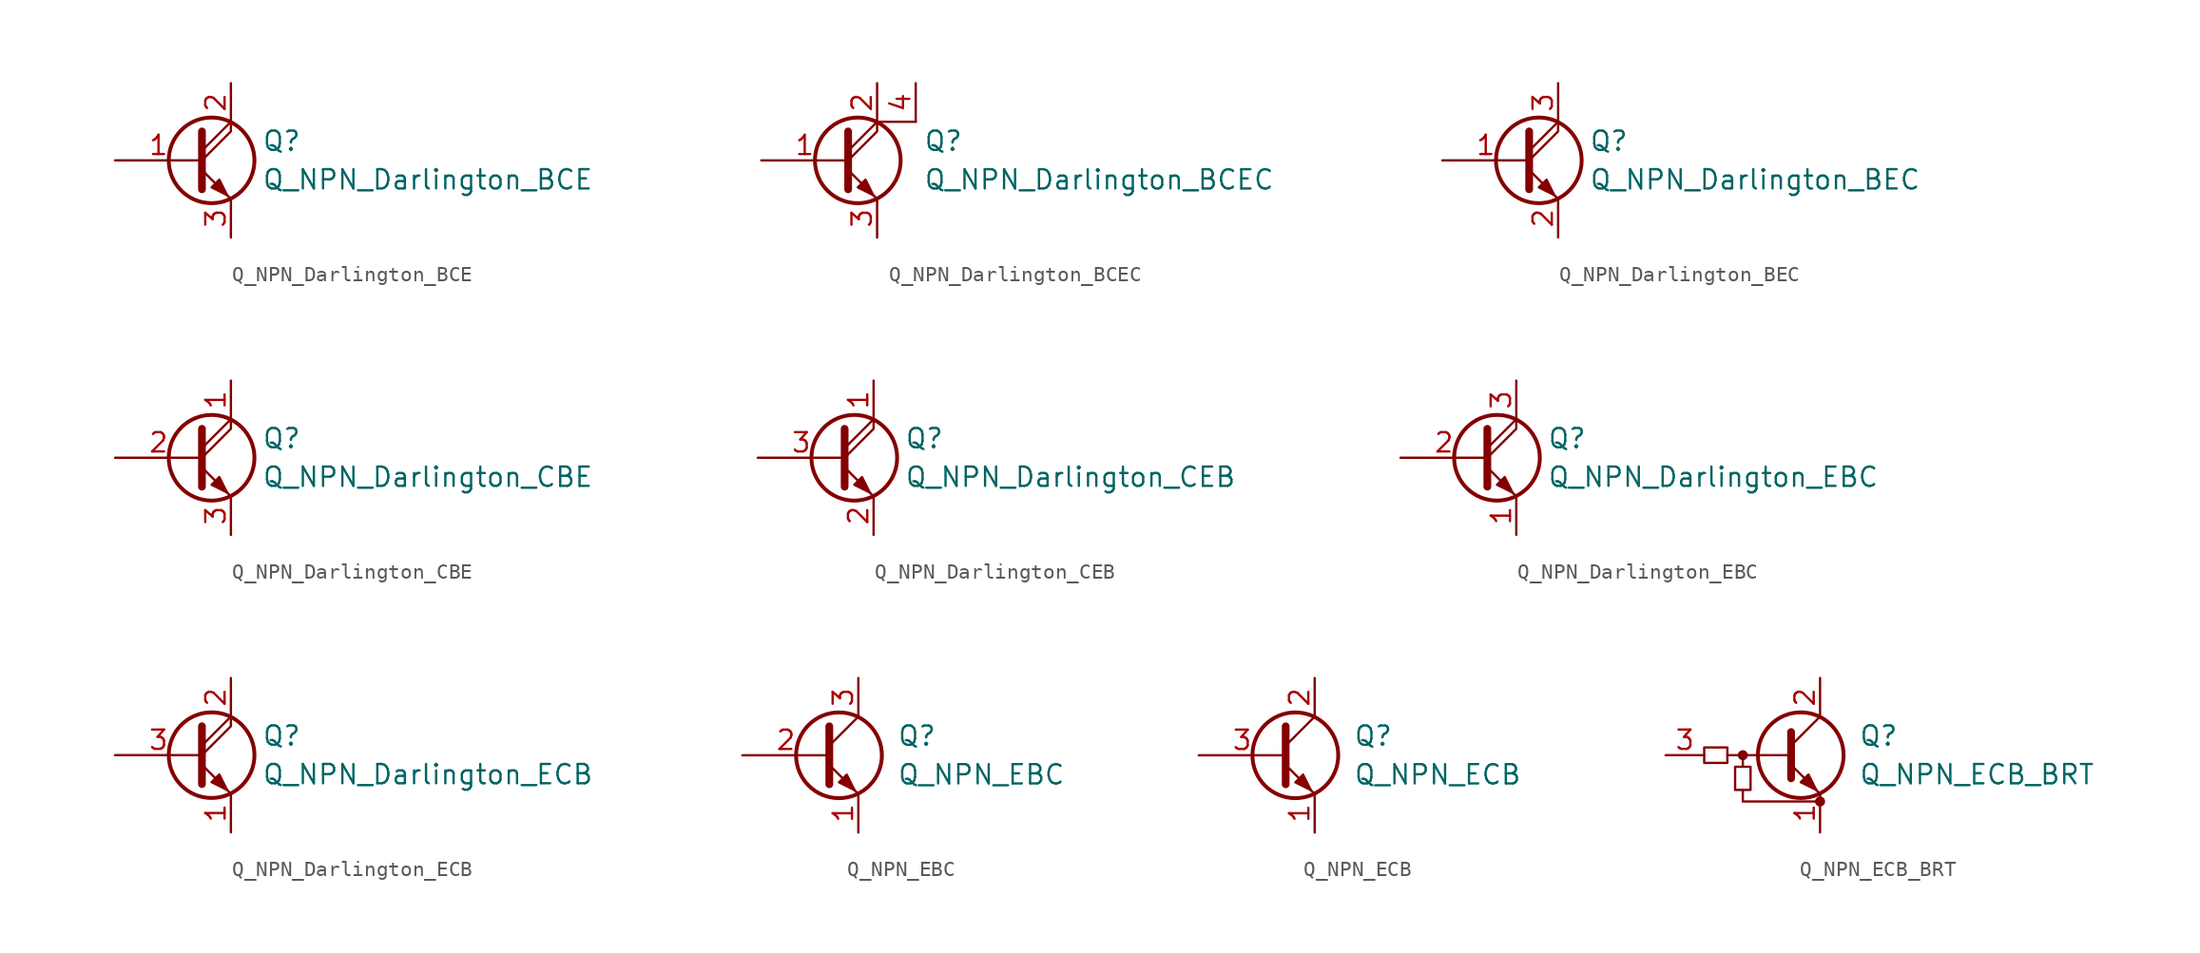
<source format=kicad_sym>
(kicad_symbol_lib
  (version 20241209)
  (generator "kicad_symbol_editor")
  (generator_version "9.0")
  (symbol "Q_NPN_Darlington_BCE"
    (pin_names
      (offset 0)
      (hide yes))
    (property "Reference" "Q"
      (at 4.572 1.27 0)
      (effects (font (size 1.27 1.27)) (justify left)))
    (property "Value" "Q_NPN_Darlington_BCE"
      (at 4.572 -1.27 0)
      (effects (font (size 1.27 1.27)) (justify left)))
    (symbol "Q_NPN_Darlington_BCE_0_1"
      (polyline (pts (xy 0.635 1.905) (xy 0.635 -1.905) (xy 0.635 -1.905)) (stroke (width 0.508) (type solid)) (fill (type none)))
      (polyline (pts (xy 0.635 0.635) (xy 2.54 2.54)) (stroke (width 0) (type solid)) (fill (type none)))
      (polyline (pts (xy 0.635 0) (xy 2.54 1.905) (xy 2.54 2.54)) (stroke (width 0) (type solid)) (fill (type none)))
      (polyline (pts (xy 0.635 -0.635) (xy 2.54 -2.54) (xy 2.54 -2.54)) (stroke (width 0) (type solid)) (fill (type none)))
      (circle (center 1.27 0) (radius 2.819) (stroke (width 0.254) (type solid)) (fill (type none)))
      (polyline (pts (xy 1.27 -1.778) (xy 1.778 -1.27) (xy 2.286 -2.286) (xy 1.27 -1.778) (xy 1.27 -1.778)) (stroke (width 0) (type solid)) (fill (type outline))))
    (symbol "Q_NPN_Darlington_BCE_1_1"
      (pin input line (at -5.08 0 0) (length 5.715) (name "B" (effects (font (size 1.27 1.27)))) (number "1" (effects (font (size 1.27 1.27)))))
      (pin passive line (at 2.54 5.08 270) (length 2.54) (name "C" (effects (font (size 1.27 1.27)))) (number "2" (effects (font (size 1.27 1.27)))))
      (pin passive line (at 2.54 -5.08 90) (length 2.54) (name "E" (effects (font (size 1.27 1.27)))) (number "3" (effects (font (size 1.27 1.27)))))))
  (symbol "Q_NPN_Darlington_BCEC"
    (pin_names
      (offset 0)
      (hide yes))
    (property "Reference" "Q"
      (at 5.588 1.27 0)
      (effects (font (size 1.27 1.27)) (justify left)))
    (property "Value" "Q_NPN_Darlington_BCEC"
      (at 5.588 -1.27 0)
      (effects (font (size 1.27 1.27)) (justify left)))
    (symbol "Q_NPN_Darlington_BCEC_0_1"
      (polyline (pts (xy 0.635 1.905) (xy 0.635 -1.905) (xy 0.635 -1.905)) (stroke (width 0.508) (type solid)) (fill (type none)))
      (polyline (pts (xy 0.635 0.635) (xy 2.54 2.54)) (stroke (width 0) (type solid)) (fill (type none)))
      (polyline (pts (xy 0.635 0) (xy 2.54 1.905) (xy 2.54 2.54)) (stroke (width 0) (type solid)) (fill (type none)))
      (polyline (pts (xy 0.635 -0.635) (xy 2.54 -2.54) (xy 2.54 -2.54)) (stroke (width 0) (type solid)) (fill (type none)))
      (circle (center 1.27 0) (radius 2.819) (stroke (width 0.254) (type solid)) (fill (type none)))
      (polyline (pts (xy 1.27 -1.778) (xy 1.778 -1.27) (xy 2.286 -2.286) (xy 1.27 -1.778) (xy 1.27 -1.778)) (stroke (width 0) (type solid)) (fill (type outline)))
      (polyline (pts (xy 5.08 2.54) (xy 2.54 2.54)) (stroke (width 0) (type solid)) (fill (type none))))
    (symbol "Q_NPN_Darlington_BCEC_1_1"
      (pin input line (at -5.08 0 0) (length 5.715) (name "B" (effects (font (size 1.27 1.27)))) (number "1" (effects (font (size 1.27 1.27)))))
      (pin passive line (at 2.54 5.08 270) (length 2.54) (name "C" (effects (font (size 1.27 1.27)))) (number "2" (effects (font (size 1.27 1.27)))))
      (pin passive line (at 2.54 -5.08 90) (length 2.54) (name "E" (effects (font (size 1.27 1.27)))) (number "3" (effects (font (size 1.27 1.27)))))
      (pin input line (at 5.08 5.08 270) (length 2.54) (name "C2" (effects (font (size 1.27 1.27)))) (number "4" (effects (font (size 1.27 1.27)))))))
  (symbol "Q_NPN_Darlington_BEC"
    (pin_names
      (offset 0)
      (hide yes))
    (property "Reference" "Q"
      (at 4.572 1.27 0)
      (effects (font (size 1.27 1.27)) (justify left)))
    (property "Value" "Q_NPN_Darlington_BEC"
      (at 4.572 -1.27 0)
      (effects (font (size 1.27 1.27)) (justify left)))
    (symbol "Q_NPN_Darlington_BEC_0_1"
      (polyline (pts (xy 0.635 1.905) (xy 0.635 -1.905) (xy 0.635 -1.905)) (stroke (width 0.508) (type solid)) (fill (type none)))
      (polyline (pts (xy 0.635 0.635) (xy 2.54 2.54)) (stroke (width 0) (type solid)) (fill (type none)))
      (polyline (pts (xy 0.635 0) (xy 2.54 1.905) (xy 2.54 2.54)) (stroke (width 0) (type solid)) (fill (type none)))
      (polyline (pts (xy 0.635 -0.635) (xy 2.54 -2.54) (xy 2.54 -2.54)) (stroke (width 0) (type solid)) (fill (type none)))
      (circle (center 1.27 0) (radius 2.819) (stroke (width 0.254) (type solid)) (fill (type none)))
      (polyline (pts (xy 1.27 -1.778) (xy 1.778 -1.27) (xy 2.286 -2.286) (xy 1.27 -1.778) (xy 1.27 -1.778)) (stroke (width 0) (type solid)) (fill (type outline))))
    (symbol "Q_NPN_Darlington_BEC_1_1"
      (pin input line (at -5.08 0 0) (length 5.715) (name "B" (effects (font (size 1.27 1.27)))) (number "1" (effects (font (size 1.27 1.27)))))
      (pin passive line (at 2.54 5.08 270) (length 2.54) (name "C" (effects (font (size 1.27 1.27)))) (number "3" (effects (font (size 1.27 1.27)))))
      (pin passive line (at 2.54 -5.08 90) (length 2.54) (name "E" (effects (font (size 1.27 1.27)))) (number "2" (effects (font (size 1.27 1.27)))))))
  (symbol "Q_NPN_Darlington_CBE"
    (pin_names
      (offset 0)
      (hide yes))
    (property "Reference" "Q"
      (at 4.572 1.27 0)
      (effects (font (size 1.27 1.27)) (justify left)))
    (property "Value" "Q_NPN_Darlington_CBE"
      (at 4.572 -1.27 0)
      (effects (font (size 1.27 1.27)) (justify left)))
    (symbol "Q_NPN_Darlington_CBE_0_1"
      (polyline (pts (xy 0.635 1.905) (xy 0.635 -1.905) (xy 0.635 -1.905)) (stroke (width 0.508) (type solid)) (fill (type none)))
      (polyline (pts (xy 0.635 0.635) (xy 2.54 2.54)) (stroke (width 0) (type solid)) (fill (type none)))
      (polyline (pts (xy 0.635 0) (xy 2.54 1.905) (xy 2.54 2.54)) (stroke (width 0) (type solid)) (fill (type none)))
      (polyline (pts (xy 0.635 -0.635) (xy 2.54 -2.54) (xy 2.54 -2.54)) (stroke (width 0) (type solid)) (fill (type none)))
      (circle (center 1.27 0) (radius 2.819) (stroke (width 0.254) (type solid)) (fill (type none)))
      (polyline (pts (xy 1.27 -1.778) (xy 1.778 -1.27) (xy 2.286 -2.286) (xy 1.27 -1.778) (xy 1.27 -1.778)) (stroke (width 0) (type solid)) (fill (type outline))))
    (symbol "Q_NPN_Darlington_CBE_1_1"
      (pin input line (at -5.08 0 0) (length 5.715) (name "B" (effects (font (size 1.27 1.27)))) (number "2" (effects (font (size 1.27 1.27)))))
      (pin passive line (at 2.54 5.08 270) (length 2.54) (name "C" (effects (font (size 1.27 1.27)))) (number "1" (effects (font (size 1.27 1.27)))))
      (pin passive line (at 2.54 -5.08 90) (length 2.54) (name "E" (effects (font (size 1.27 1.27)))) (number "3" (effects (font (size 1.27 1.27)))))))
  (symbol "Q_NPN_Darlington_CEB"
    (pin_names
      (offset 0)
      (hide yes))
    (property "Reference" "Q"
      (at 4.572 1.27 0)
      (effects (font (size 1.27 1.27)) (justify left)))
    (property "Value" "Q_NPN_Darlington_CEB"
      (at 4.572 -1.27 0)
      (effects (font (size 1.27 1.27)) (justify left)))
    (symbol "Q_NPN_Darlington_CEB_0_1"
      (polyline (pts (xy 0.635 1.905) (xy 0.635 -1.905) (xy 0.635 -1.905)) (stroke (width 0.508) (type solid)) (fill (type none)))
      (polyline (pts (xy 0.635 0.635) (xy 2.54 2.54)) (stroke (width 0) (type solid)) (fill (type none)))
      (polyline (pts (xy 0.635 0) (xy 2.54 1.905) (xy 2.54 2.54)) (stroke (width 0) (type solid)) (fill (type none)))
      (polyline (pts (xy 0.635 -0.635) (xy 2.54 -2.54) (xy 2.54 -2.54)) (stroke (width 0) (type solid)) (fill (type none)))
      (circle (center 1.27 0) (radius 2.819) (stroke (width 0.254) (type solid)) (fill (type none)))
      (polyline (pts (xy 1.27 -1.778) (xy 1.778 -1.27) (xy 2.286 -2.286) (xy 1.27 -1.778) (xy 1.27 -1.778)) (stroke (width 0) (type solid)) (fill (type outline))))
    (symbol "Q_NPN_Darlington_CEB_1_1"
      (pin input line (at -5.08 0 0) (length 5.715) (name "B" (effects (font (size 1.27 1.27)))) (number "3" (effects (font (size 1.27 1.27)))))
      (pin passive line (at 2.54 5.08 270) (length 2.54) (name "C" (effects (font (size 1.27 1.27)))) (number "1" (effects (font (size 1.27 1.27)))))
      (pin passive line (at 2.54 -5.08 90) (length 2.54) (name "E" (effects (font (size 1.27 1.27)))) (number "2" (effects (font (size 1.27 1.27)))))))
  (symbol "Q_NPN_Darlington_EBC"
    (pin_names
      (offset 0)
      (hide yes))
    (property "Reference" "Q"
      (at 4.572 1.27 0)
      (effects (font (size 1.27 1.27)) (justify left)))
    (property "Value" "Q_NPN_Darlington_EBC"
      (at 4.572 -1.27 0)
      (effects (font (size 1.27 1.27)) (justify left)))
    (symbol "Q_NPN_Darlington_EBC_0_1"
      (polyline (pts (xy 0.635 1.905) (xy 0.635 -1.905) (xy 0.635 -1.905)) (stroke (width 0.508) (type solid)) (fill (type none)))
      (polyline (pts (xy 0.635 0.635) (xy 2.54 2.54)) (stroke (width 0) (type solid)) (fill (type none)))
      (polyline (pts (xy 0.635 0) (xy 2.54 1.905) (xy 2.54 2.54)) (stroke (width 0) (type solid)) (fill (type none)))
      (polyline (pts (xy 0.635 -0.635) (xy 2.54 -2.54) (xy 2.54 -2.54)) (stroke (width 0) (type solid)) (fill (type none)))
      (circle (center 1.27 0) (radius 2.819) (stroke (width 0.254) (type solid)) (fill (type none)))
      (polyline (pts (xy 1.27 -1.778) (xy 1.778 -1.27) (xy 2.286 -2.286) (xy 1.27 -1.778) (xy 1.27 -1.778)) (stroke (width 0) (type solid)) (fill (type outline))))
    (symbol "Q_NPN_Darlington_EBC_1_1"
      (pin passive line (at -5.08 0 0) (length 5.715) (name "B" (effects (font (size 1.27 1.27)))) (number "2" (effects (font (size 1.27 1.27)))))
      (pin passive line (at 2.54 5.08 270) (length 2.54) (name "C" (effects (font (size 1.27 1.27)))) (number "3" (effects (font (size 1.27 1.27)))))
      (pin passive line (at 2.54 -5.08 90) (length 2.54) (name "E" (effects (font (size 1.27 1.27)))) (number "1" (effects (font (size 1.27 1.27)))))))
  (symbol "Q_NPN_Darlington_ECB"
    (pin_names
      (offset 0)
      (hide yes))
    (property "Reference" "Q"
      (at 4.572 1.27 0)
      (effects (font (size 1.27 1.27)) (justify left)))
    (property "Value" "Q_NPN_Darlington_ECB"
      (at 4.572 -1.27 0)
      (effects (font (size 1.27 1.27)) (justify left)))
    (symbol "Q_NPN_Darlington_ECB_0_1"
      (polyline (pts (xy 0.635 1.905) (xy 0.635 -1.905) (xy 0.635 -1.905)) (stroke (width 0.508) (type solid)) (fill (type none)))
      (polyline (pts (xy 0.635 0.635) (xy 2.54 2.54)) (stroke (width 0) (type solid)) (fill (type none)))
      (polyline (pts (xy 0.635 0) (xy 2.54 1.905) (xy 2.54 2.54)) (stroke (width 0) (type solid)) (fill (type none)))
      (polyline (pts (xy 0.635 -0.635) (xy 2.54 -2.54) (xy 2.54 -2.54)) (stroke (width 0) (type solid)) (fill (type none)))
      (circle (center 1.27 0) (radius 2.819) (stroke (width 0.254) (type solid)) (fill (type none)))
      (polyline (pts (xy 1.27 -1.778) (xy 1.778 -1.27) (xy 2.286 -2.286) (xy 1.27 -1.778) (xy 1.27 -1.778)) (stroke (width 0) (type solid)) (fill (type outline))))
    (symbol "Q_NPN_Darlington_ECB_1_1"
      (pin passive line (at -5.08 0 0) (length 5.715) (name "B" (effects (font (size 1.27 1.27)))) (number "3" (effects (font (size 1.27 1.27)))))
      (pin passive line (at 2.54 5.08 270) (length 2.54) (name "C" (effects (font (size 1.27 1.27)))) (number "2" (effects (font (size 1.27 1.27)))))
      (pin passive line (at 2.54 -5.08 90) (length 2.54) (name "E" (effects (font (size 1.27 1.27)))) (number "1" (effects (font (size 1.27 1.27)))))))
  (symbol "Q_NPN_EBC"
    (pin_names
      (offset 0)
      (hide yes))
    (property "Reference" "Q"
      (at 5.08 1.27 0)
      (effects (font (size 1.27 1.27)) (justify left)))
    (property "Value" "Q_NPN_EBC"
      (at 5.08 -1.27 0)
      (effects (font (size 1.27 1.27)) (justify left)))
    (symbol "Q_NPN_EBC_0_1"
      (polyline (pts (xy 0.635 1.905) (xy 0.635 -1.905) (xy 0.635 -1.905)) (stroke (width 0.508) (type solid)) (fill (type none)))
      (polyline (pts (xy 0.635 0.635) (xy 2.54 2.54)) (stroke (width 0) (type solid)) (fill (type none)))
      (polyline (pts (xy 0.635 -0.635) (xy 2.54 -2.54) (xy 2.54 -2.54)) (stroke (width 0) (type solid)) (fill (type none)))
      (circle (center 1.27 0) (radius 2.819) (stroke (width 0.254) (type solid)) (fill (type none)))
      (polyline (pts (xy 1.27 -1.778) (xy 1.778 -1.27) (xy 2.286 -2.286) (xy 1.27 -1.778) (xy 1.27 -1.778)) (stroke (width 0) (type solid)) (fill (type outline))))
    (symbol "Q_NPN_EBC_1_1"
      (pin passive line (at -5.08 0 0) (length 5.715) (name "B" (effects (font (size 1.27 1.27)))) (number "2" (effects (font (size 1.27 1.27)))))
      (pin passive line (at 2.54 5.08 270) (length 2.54) (name "C" (effects (font (size 1.27 1.27)))) (number "3" (effects (font (size 1.27 1.27)))))
      (pin passive line (at 2.54 -5.08 90) (length 2.54) (name "E" (effects (font (size 1.27 1.27)))) (number "1" (effects (font (size 1.27 1.27)))))))
  (symbol "Q_NPN_ECB"
    (pin_names
      (offset 0)
      (hide yes))
    (property "Reference" "Q"
      (at 5.08 1.27 0)
      (effects (font (size 1.27 1.27)) (justify left)))
    (property "Value" "Q_NPN_ECB"
      (at 5.08 -1.27 0)
      (effects (font (size 1.27 1.27)) (justify left)))
    (symbol "Q_NPN_ECB_0_1"
      (polyline (pts (xy 0.635 1.905) (xy 0.635 -1.905) (xy 0.635 -1.905)) (stroke (width 0.508) (type solid)) (fill (type none)))
      (polyline (pts (xy 0.635 0.635) (xy 2.54 2.54)) (stroke (width 0) (type solid)) (fill (type none)))
      (polyline (pts (xy 0.635 -0.635) (xy 2.54 -2.54) (xy 2.54 -2.54)) (stroke (width 0) (type solid)) (fill (type none)))
      (circle (center 1.27 0) (radius 2.819) (stroke (width 0.254) (type solid)) (fill (type none)))
      (polyline (pts (xy 1.27 -1.778) (xy 1.778 -1.27) (xy 2.286 -2.286) (xy 1.27 -1.778) (xy 1.27 -1.778)) (stroke (width 0) (type solid)) (fill (type outline))))
    (symbol "Q_NPN_ECB_1_1"
      (pin passive line (at -5.08 0 0) (length 5.715) (name "B" (effects (font (size 1.27 1.27)))) (number "3" (effects (font (size 1.27 1.27)))))
      (pin passive line (at 2.54 5.08 270) (length 2.54) (name "C" (effects (font (size 1.27 1.27)))) (number "2" (effects (font (size 1.27 1.27)))))
      (pin passive line (at 2.54 -5.08 90) (length 2.54) (name "E" (effects (font (size 1.27 1.27)))) (number "1" (effects (font (size 1.27 1.27)))))))
  (symbol "Q_NPN_ECB_BRT"
    (pin_names
      (hide yes))
    (property "Reference" "Q"
      (at 3.81 1.27 0)
      (effects (font (size 1.27 1.27)) (justify left)))
    (property "Value" "Q_NPN_ECB_BRT"
      (at 3.81 -1.27 0)
      (effects (font (size 1.27 1.27)) (justify left)))
    (symbol "Q_NPN_ECB_BRT_0_1"
      (rectangle (start -6.35 0.508) (end -4.826 -0.508) (stroke (width 0) (type solid)) (fill (type none)))
      (rectangle (start -4.318 -2.286) (end -3.302 -0.762) (stroke (width 0) (type solid)) (fill (type none)))
      (circle (center -3.81 0) (radius 0.254) (stroke (width 0) (type solid)) (fill (type outline)))
      (polyline (pts (xy -3.81 -0.762) (xy -3.81 0)) (stroke (width 0) (type solid)) (fill (type none)))
      (polyline (pts (xy -3.81 -2.286) (xy -3.81 -3.048) (xy 1.27 -3.048)) (stroke (width 0) (type solid)) (fill (type none)))
      (polyline (pts (xy -0.762 0) (xy -4.826 0)) (stroke (width 0) (type solid)) (fill (type none)))
      (polyline (pts (xy -0.635 1.524) (xy -0.635 -1.524)) (stroke (width 0.508) (type solid)) (fill (type none)))
      (circle (center 1.27 -3.048) (radius 0.254) (stroke (width 0) (type solid)) (fill (type outline))))
    (symbol "Q_NPN_ECB_BRT_1_1"
      (polyline (pts (xy -0.635 0.635) (xy 1.27 2.54)) (stroke (width 0) (type solid)) (fill (type none)))
      (polyline (pts (xy -0.635 -0.635) (xy 1.27 -2.54) (xy 1.27 -2.54)) (stroke (width 0) (type solid)) (fill (type none)))
      (circle (center 0 0) (radius 2.819) (stroke (width 0.254) (type solid)) (fill (type none)))
      (polyline (pts (xy 0 -1.778) (xy 0.508 -1.27) (xy 1.016 -2.286) (xy 0 -1.778) (xy 0 -1.778)) (stroke (width 0) (type solid)) (fill (type outline)))
      (pin input line (at -8.89 0 0) (length 2.54) (name "B" (effects (font (size 1.27 1.27)))) (number "3" (effects (font (size 1.27 1.27)))))
      (pin passive line (at 1.27 5.08 270) (length 2.54) (name "C" (effects (font (size 1.27 1.27)))) (number "2" (effects (font (size 1.27 1.27)))))
      (pin passive line (at 1.27 -5.08 90) (length 2.54) (name "E" (effects (font (size 1.27 1.27)))) (number "1" (effects (font (size 1.27 1.27))))))))
</source>
